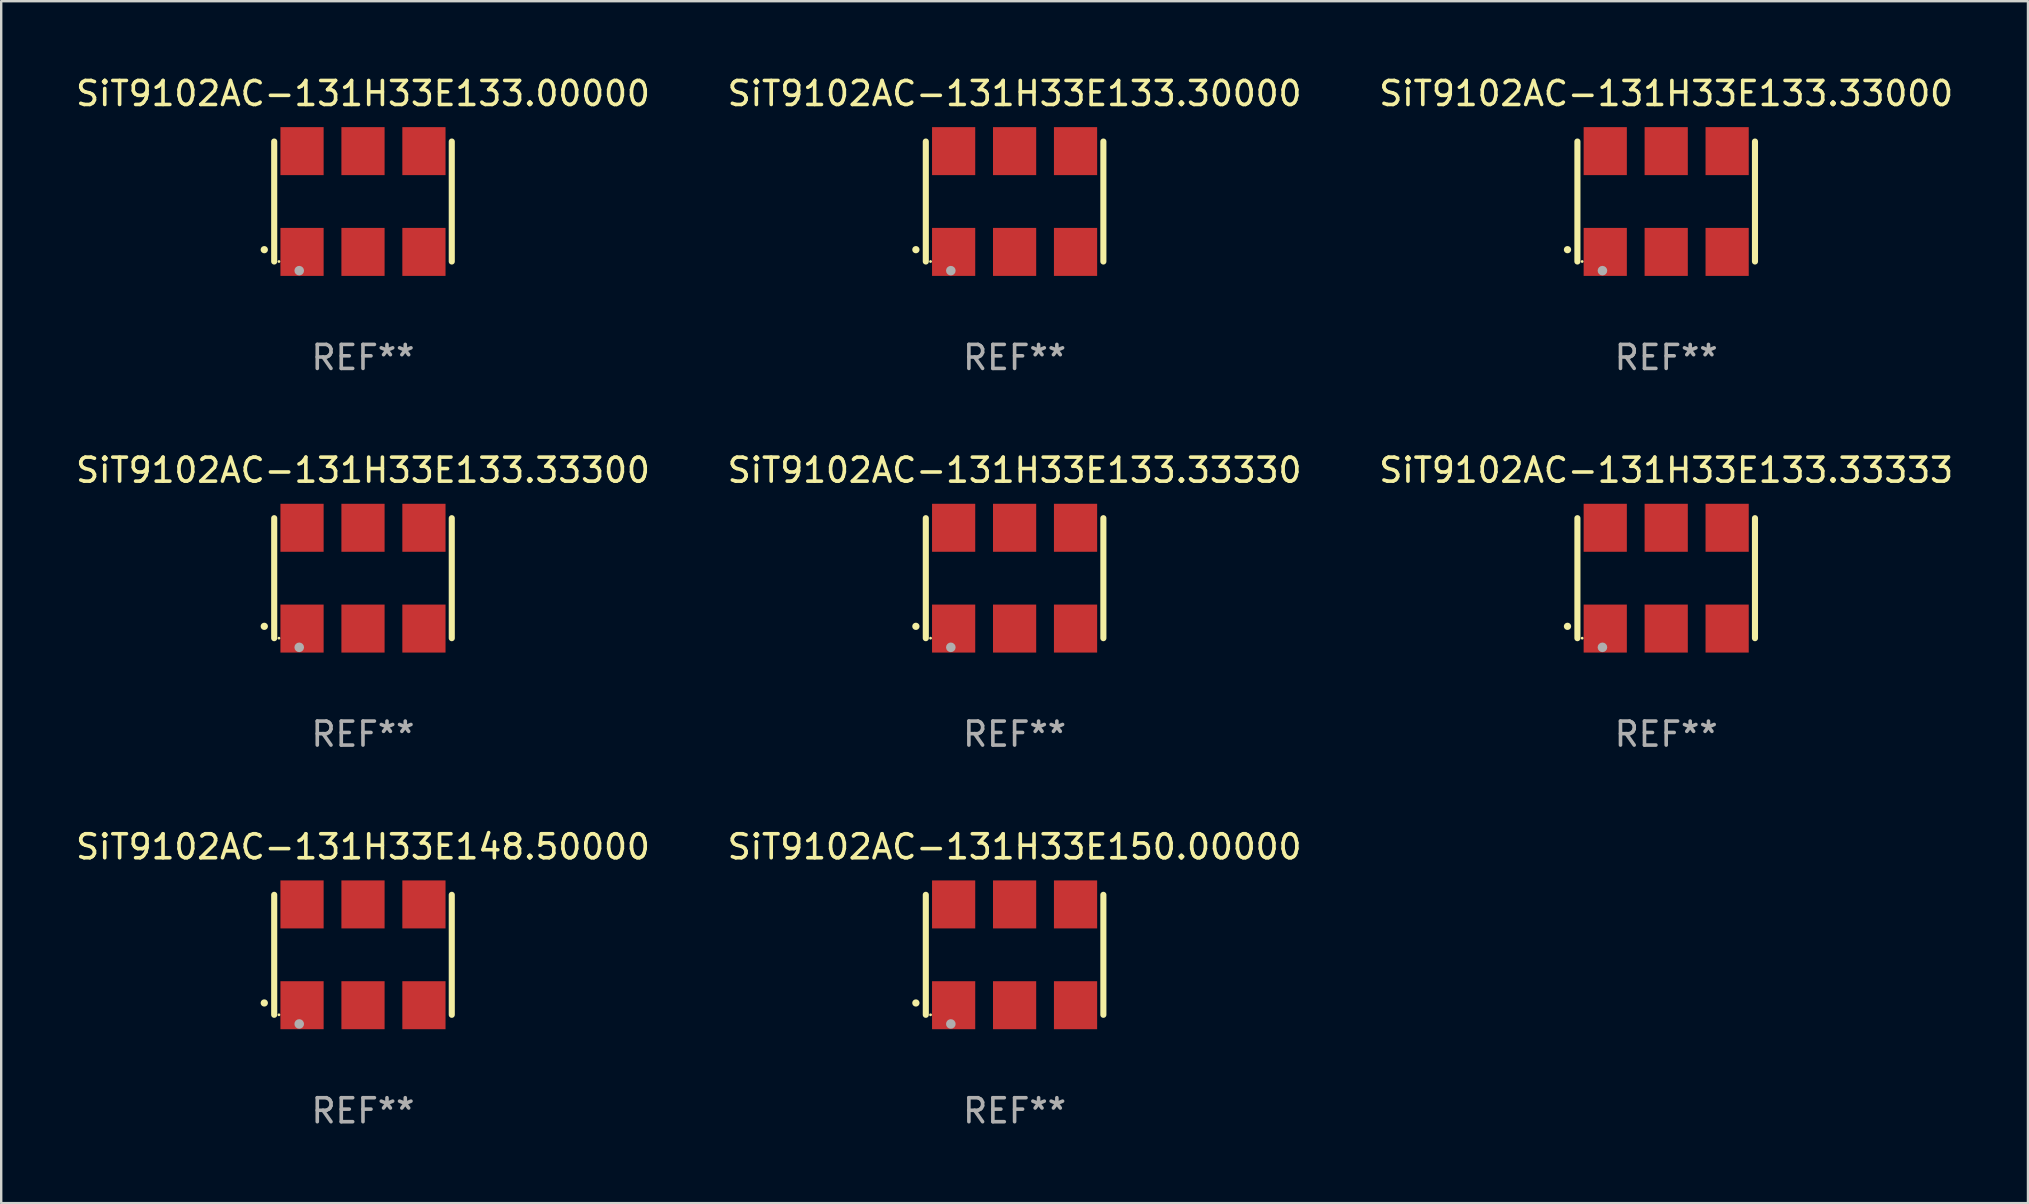
<source format=kicad_pcb>
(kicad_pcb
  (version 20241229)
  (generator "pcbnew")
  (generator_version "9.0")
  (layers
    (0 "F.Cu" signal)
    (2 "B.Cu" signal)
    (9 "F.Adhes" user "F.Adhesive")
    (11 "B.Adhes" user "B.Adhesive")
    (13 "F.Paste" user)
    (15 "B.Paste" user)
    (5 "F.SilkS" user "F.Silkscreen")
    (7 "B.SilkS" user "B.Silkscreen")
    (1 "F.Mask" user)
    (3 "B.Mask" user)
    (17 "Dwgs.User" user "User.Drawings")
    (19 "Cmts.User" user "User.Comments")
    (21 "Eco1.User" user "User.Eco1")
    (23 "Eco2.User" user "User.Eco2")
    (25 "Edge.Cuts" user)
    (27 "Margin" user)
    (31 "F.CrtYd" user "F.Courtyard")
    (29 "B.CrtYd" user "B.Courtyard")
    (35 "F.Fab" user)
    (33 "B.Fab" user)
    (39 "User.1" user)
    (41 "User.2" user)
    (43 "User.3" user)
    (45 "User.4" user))
  (footprint "SiT9102AC-131H33E133.33300"
    (layer "F.Cu")
    (at 12.077 21.045)
    (property "Reference" "SiT9102AC-131H33E133.33300" (at 0 -4.5 0) (layer "F.SilkS") (effects (font (size 1 1) (thickness 0.15))))
    (attr through_hole)
    (fp_line (start -3.7 -2.5) (end -3.7 2.5) (stroke (width 0.254) (type solid)) (layer "F.SilkS"))
    (fp_line (start 3.7 -2.5) (end 3.7 2.5) (stroke (width 0.254) (type solid)) (layer "F.SilkS"))
    (fp_arc (start -4.114415 2.006604) (mid -4.113145 2.006599) (end -4.111875 2.006604) (stroke (width 0.3) (type solid)) (layer "F.SilkS"))
    (fp_circle (center -3.502 2.5) (end -3.472 2.5) (stroke (width 0.06) (type solid)) (fill no) (layer "F.SilkS"))
    (fp_circle (center -2.657 2.882) (end -2.557 2.882) (stroke (width 0.2) (type solid)) (fill no) (layer "F.Fab"))
    (fp_text user "REF**" (at 0 6.5 0) (layer "F.Fab") (effects (font (size 1 1) (thickness 0.15))))
    (pad "1" smd rect (at -2.54 2.1) (size 1.8 2) (layers "F.Cu" "F.Mask" "F.Paste"))
    (pad "2" smd rect (at 0.000394 2.1) (size 1.8 2) (layers "F.Cu" "F.Mask" "F.Paste"))
    (pad "3" smd rect (at 2.54 2.1) (size 1.8 2) (layers "F.Cu" "F.Mask" "F.Paste"))
    (pad "4" smd rect (at 2.54 -2.1) (size 1.8 2) (layers "F.Cu" "F.Mask" "F.Paste"))
    (pad "5" smd rect (at 0.000394 -2.1) (size 1.8 2) (layers "F.Cu" "F.Mask" "F.Paste"))
    (pad "6" smd rect (at -2.54 -2.1) (size 1.8 2) (layers "F.Cu" "F.Mask" "F.Paste")))
  (footprint "SiT9102AC-131H33E148.50000"
    (layer "F.Cu")
    (at 12.077 36.741)
    (property "Reference" "SiT9102AC-131H33E148.50000" (at 0 -4.5 0) (layer "F.SilkS") (effects (font (size 1 1) (thickness 0.15))))
    (attr through_hole)
    (fp_line (start -3.7 -2.5) (end -3.7 2.5) (stroke (width 0.254) (type solid)) (layer "F.SilkS"))
    (fp_line (start 3.7 -2.5) (end 3.7 2.5) (stroke (width 0.254) (type solid)) (layer "F.SilkS"))
    (fp_arc (start -4.114415 2.006604) (mid -4.113145 2.006599) (end -4.111875 2.006604) (stroke (width 0.3) (type solid)) (layer "F.SilkS"))
    (fp_circle (center -3.502 2.5) (end -3.472 2.5) (stroke (width 0.06) (type solid)) (fill no) (layer "F.SilkS"))
    (fp_circle (center -2.657 2.882) (end -2.557 2.882) (stroke (width 0.2) (type solid)) (fill no) (layer "F.Fab"))
    (fp_text user "REF**" (at 0 6.5 0) (layer "F.Fab") (effects (font (size 1 1) (thickness 0.15))))
    (pad "1" smd rect (at -2.54 2.1) (size 1.8 2) (layers "F.Cu" "F.Mask" "F.Paste"))
    (pad "2" smd rect (at 0.000394 2.1) (size 1.8 2) (layers "F.Cu" "F.Mask" "F.Paste"))
    (pad "3" smd rect (at 2.54 2.1) (size 1.8 2) (layers "F.Cu" "F.Mask" "F.Paste"))
    (pad "4" smd rect (at 2.54 -2.1) (size 1.8 2) (layers "F.Cu" "F.Mask" "F.Paste"))
    (pad "5" smd rect (at 0.000394 -2.1) (size 1.8 2) (layers "F.Cu" "F.Mask" "F.Paste"))
    (pad "6" smd rect (at -2.54 -2.1) (size 1.8 2) (layers "F.Cu" "F.Mask" "F.Paste")))
  (footprint "SiT9102AC-131H33E133.30000"
    (layer "F.Cu")
    (at 39.232 5.348)
    (property "Reference" "SiT9102AC-131H33E133.30000" (at 0 -4.5 0) (layer "F.SilkS") (effects (font (size 1 1) (thickness 0.15))))
    (attr through_hole)
    (fp_line (start -3.7 -2.5) (end -3.7 2.5) (stroke (width 0.254) (type solid)) (layer "F.SilkS"))
    (fp_line (start 3.7 -2.5) (end 3.7 2.5) (stroke (width 0.254) (type solid)) (layer "F.SilkS"))
    (fp_arc (start -4.114415 2.006604) (mid -4.113145 2.006599) (end -4.111875 2.006604) (stroke (width 0.3) (type solid)) (layer "F.SilkS"))
    (fp_circle (center -3.502 2.5) (end -3.472 2.5) (stroke (width 0.06) (type solid)) (fill no) (layer "F.SilkS"))
    (fp_circle (center -2.657 2.882) (end -2.557 2.882) (stroke (width 0.2) (type solid)) (fill no) (layer "F.Fab"))
    (fp_text user "REF**" (at 0 6.5 0) (layer "F.Fab") (effects (font (size 1 1) (thickness 0.15))))
    (pad "1" smd rect (at -2.54 2.1) (size 1.8 2) (layers "F.Cu" "F.Mask" "F.Paste"))
    (pad "2" smd rect (at 0.000394 2.1) (size 1.8 2) (layers "F.Cu" "F.Mask" "F.Paste"))
    (pad "3" smd rect (at 2.54 2.1) (size 1.8 2) (layers "F.Cu" "F.Mask" "F.Paste"))
    (pad "4" smd rect (at 2.54 -2.1) (size 1.8 2) (layers "F.Cu" "F.Mask" "F.Paste"))
    (pad "5" smd rect (at 0.000394 -2.1) (size 1.8 2) (layers "F.Cu" "F.Mask" "F.Paste"))
    (pad "6" smd rect (at -2.54 -2.1) (size 1.8 2) (layers "F.Cu" "F.Mask" "F.Paste")))
  (footprint "SiT9102AC-131H33E133.33330"
    (layer "F.Cu")
    (at 39.232 21.045)
    (property "Reference" "SiT9102AC-131H33E133.33330" (at 0 -4.5 0) (layer "F.SilkS") (effects (font (size 1 1) (thickness 0.15))))
    (attr through_hole)
    (fp_line (start -3.7 -2.5) (end -3.7 2.5) (stroke (width 0.254) (type solid)) (layer "F.SilkS"))
    (fp_line (start 3.7 -2.5) (end 3.7 2.5) (stroke (width 0.254) (type solid)) (layer "F.SilkS"))
    (fp_arc (start -4.114415 2.006604) (mid -4.113145 2.006599) (end -4.111875 2.006604) (stroke (width 0.3) (type solid)) (layer "F.SilkS"))
    (fp_circle (center -3.502 2.5) (end -3.472 2.5) (stroke (width 0.06) (type solid)) (fill no) (layer "F.SilkS"))
    (fp_circle (center -2.657 2.882) (end -2.557 2.882) (stroke (width 0.2) (type solid)) (fill no) (layer "F.Fab"))
    (fp_text user "REF**" (at 0 6.5 0) (layer "F.Fab") (effects (font (size 1 1) (thickness 0.15))))
    (pad "1" smd rect (at -2.54 2.1) (size 1.8 2) (layers "F.Cu" "F.Mask" "F.Paste"))
    (pad "2" smd rect (at 0.000394 2.1) (size 1.8 2) (layers "F.Cu" "F.Mask" "F.Paste"))
    (pad "3" smd rect (at 2.54 2.1) (size 1.8 2) (layers "F.Cu" "F.Mask" "F.Paste"))
    (pad "4" smd rect (at 2.54 -2.1) (size 1.8 2) (layers "F.Cu" "F.Mask" "F.Paste"))
    (pad "5" smd rect (at 0.000394 -2.1) (size 1.8 2) (layers "F.Cu" "F.Mask" "F.Paste"))
    (pad "6" smd rect (at -2.54 -2.1) (size 1.8 2) (layers "F.Cu" "F.Mask" "F.Paste")))
  (footprint "SiT9102AC-131H33E150.00000"
    (layer "F.Cu")
    (at 39.232 36.741)
    (property "Reference" "SiT9102AC-131H33E150.00000" (at 0 -4.5 0) (layer "F.SilkS") (effects (font (size 1 1) (thickness 0.15))))
    (attr through_hole)
    (fp_line (start -3.7 -2.5) (end -3.7 2.5) (stroke (width 0.254) (type solid)) (layer "F.SilkS"))
    (fp_line (start 3.7 -2.5) (end 3.7 2.5) (stroke (width 0.254) (type solid)) (layer "F.SilkS"))
    (fp_arc (start -4.114415 2.006604) (mid -4.113145 2.006599) (end -4.111875 2.006604) (stroke (width 0.3) (type solid)) (layer "F.SilkS"))
    (fp_circle (center -3.502 2.5) (end -3.472 2.5) (stroke (width 0.06) (type solid)) (fill no) (layer "F.SilkS"))
    (fp_circle (center -2.657 2.882) (end -2.557 2.882) (stroke (width 0.2) (type solid)) (fill no) (layer "F.Fab"))
    (fp_text user "REF**" (at 0 6.5 0) (layer "F.Fab") (effects (font (size 1 1) (thickness 0.15))))
    (pad "1" smd rect (at -2.54 2.1) (size 1.8 2) (layers "F.Cu" "F.Mask" "F.Paste"))
    (pad "2" smd rect (at 0.000394 2.1) (size 1.8 2) (layers "F.Cu" "F.Mask" "F.Paste"))
    (pad "3" smd rect (at 2.54 2.1) (size 1.8 2) (layers "F.Cu" "F.Mask" "F.Paste"))
    (pad "4" smd rect (at 2.54 -2.1) (size 1.8 2) (layers "F.Cu" "F.Mask" "F.Paste"))
    (pad "5" smd rect (at 0.000394 -2.1) (size 1.8 2) (layers "F.Cu" "F.Mask" "F.Paste"))
    (pad "6" smd rect (at -2.54 -2.1) (size 1.8 2) (layers "F.Cu" "F.Mask" "F.Paste")))
  (footprint "SiT9102AC-131H33E133.33333"
    (layer "F.Cu")
    (at 66.387 21.045)
    (property "Reference" "SiT9102AC-131H33E133.33333" (at 0 -4.5 0) (layer "F.SilkS") (effects (font (size 1 1) (thickness 0.15))))
    (attr through_hole)
    (fp_line (start -3.7 -2.5) (end -3.7 2.5) (stroke (width 0.254) (type solid)) (layer "F.SilkS"))
    (fp_line (start 3.7 -2.5) (end 3.7 2.5) (stroke (width 0.254) (type solid)) (layer "F.SilkS"))
    (fp_arc (start -4.114415 2.006604) (mid -4.113145 2.006599) (end -4.111875 2.006604) (stroke (width 0.3) (type solid)) (layer "F.SilkS"))
    (fp_circle (center -3.502 2.5) (end -3.472 2.5) (stroke (width 0.06) (type solid)) (fill no) (layer "F.SilkS"))
    (fp_circle (center -2.657 2.882) (end -2.557 2.882) (stroke (width 0.2) (type solid)) (fill no) (layer "F.Fab"))
    (fp_text user "REF**" (at 0 6.5 0) (layer "F.Fab") (effects (font (size 1 1) (thickness 0.15))))
    (pad "1" smd rect (at -2.54 2.1) (size 1.8 2) (layers "F.Cu" "F.Mask" "F.Paste"))
    (pad "2" smd rect (at 0.000394 2.1) (size 1.8 2) (layers "F.Cu" "F.Mask" "F.Paste"))
    (pad "3" smd rect (at 2.54 2.1) (size 1.8 2) (layers "F.Cu" "F.Mask" "F.Paste"))
    (pad "4" smd rect (at 2.54 -2.1) (size 1.8 2) (layers "F.Cu" "F.Mask" "F.Paste"))
    (pad "5" smd rect (at 0.000394 -2.1) (size 1.8 2) (layers "F.Cu" "F.Mask" "F.Paste"))
    (pad "6" smd rect (at -2.54 -2.1) (size 1.8 2) (layers "F.Cu" "F.Mask" "F.Paste")))
  (footprint "SiT9102AC-131H33E133.00000"
    (layer "F.Cu")
    (at 12.077 5.348)
    (property "Reference" "SiT9102AC-131H33E133.00000" (at 0 -4.5 0) (layer "F.SilkS") (effects (font (size 1 1) (thickness 0.15))))
    (attr through_hole)
    (fp_line (start -3.7 -2.5) (end -3.7 2.5) (stroke (width 0.254) (type solid)) (layer "F.SilkS"))
    (fp_line (start 3.7 -2.5) (end 3.7 2.5) (stroke (width 0.254) (type solid)) (layer "F.SilkS"))
    (fp_arc (start -4.114415 2.006604) (mid -4.113145 2.006599) (end -4.111875 2.006604) (stroke (width 0.3) (type solid)) (layer "F.SilkS"))
    (fp_circle (center -3.502 2.5) (end -3.472 2.5) (stroke (width 0.06) (type solid)) (fill no) (layer "F.SilkS"))
    (fp_circle (center -2.657 2.882) (end -2.557 2.882) (stroke (width 0.2) (type solid)) (fill no) (layer "F.Fab"))
    (fp_text user "REF**" (at 0 6.5 0) (layer "F.Fab") (effects (font (size 1 1) (thickness 0.15))))
    (pad "1" smd rect (at -2.54 2.1) (size 1.8 2) (layers "F.Cu" "F.Mask" "F.Paste"))
    (pad "2" smd rect (at 0.000394 2.1) (size 1.8 2) (layers "F.Cu" "F.Mask" "F.Paste"))
    (pad "3" smd rect (at 2.54 2.1) (size 1.8 2) (layers "F.Cu" "F.Mask" "F.Paste"))
    (pad "4" smd rect (at 2.54 -2.1) (size 1.8 2) (layers "F.Cu" "F.Mask" "F.Paste"))
    (pad "5" smd rect (at 0.000394 -2.1) (size 1.8 2) (layers "F.Cu" "F.Mask" "F.Paste"))
    (pad "6" smd rect (at -2.54 -2.1) (size 1.8 2) (layers "F.Cu" "F.Mask" "F.Paste")))
  (footprint "SiT9102AC-131H33E133.33000"
    (layer "F.Cu")
    (at 66.387 5.348)
    (property "Reference" "SiT9102AC-131H33E133.33000" (at 0 -4.5 0) (layer "F.SilkS") (effects (font (size 1 1) (thickness 0.15))))
    (attr through_hole)
    (fp_line (start -3.7 -2.5) (end -3.7 2.5) (stroke (width 0.254) (type solid)) (layer "F.SilkS"))
    (fp_line (start 3.7 -2.5) (end 3.7 2.5) (stroke (width 0.254) (type solid)) (layer "F.SilkS"))
    (fp_arc (start -4.114415 2.006604) (mid -4.113145 2.006599) (end -4.111875 2.006604) (stroke (width 0.3) (type solid)) (layer "F.SilkS"))
    (fp_circle (center -3.502 2.5) (end -3.472 2.5) (stroke (width 0.06) (type solid)) (fill no) (layer "F.SilkS"))
    (fp_circle (center -2.657 2.882) (end -2.557 2.882) (stroke (width 0.2) (type solid)) (fill no) (layer "F.Fab"))
    (fp_text user "REF**" (at 0 6.5 0) (layer "F.Fab") (effects (font (size 1 1) (thickness 0.15))))
    (pad "1" smd rect (at -2.54 2.1) (size 1.8 2) (layers "F.Cu" "F.Mask" "F.Paste"))
    (pad "2" smd rect (at 0.000394 2.1) (size 1.8 2) (layers "F.Cu" "F.Mask" "F.Paste"))
    (pad "3" smd rect (at 2.54 2.1) (size 1.8 2) (layers "F.Cu" "F.Mask" "F.Paste"))
    (pad "4" smd rect (at 2.54 -2.1) (size 1.8 2) (layers "F.Cu" "F.Mask" "F.Paste"))
    (pad "5" smd rect (at 0.000394 -2.1) (size 1.8 2) (layers "F.Cu" "F.Mask" "F.Paste"))
    (pad "6" smd rect (at -2.54 -2.1) (size 1.8 2) (layers "F.Cu" "F.Mask" "F.Paste")))
  (gr_rect
    (start -3 -3)
    (end 81.464 47.09)
    (stroke (width 0.1) (type default))
    (fill no)
    (layer "Edge.Cuts")))
</source>
